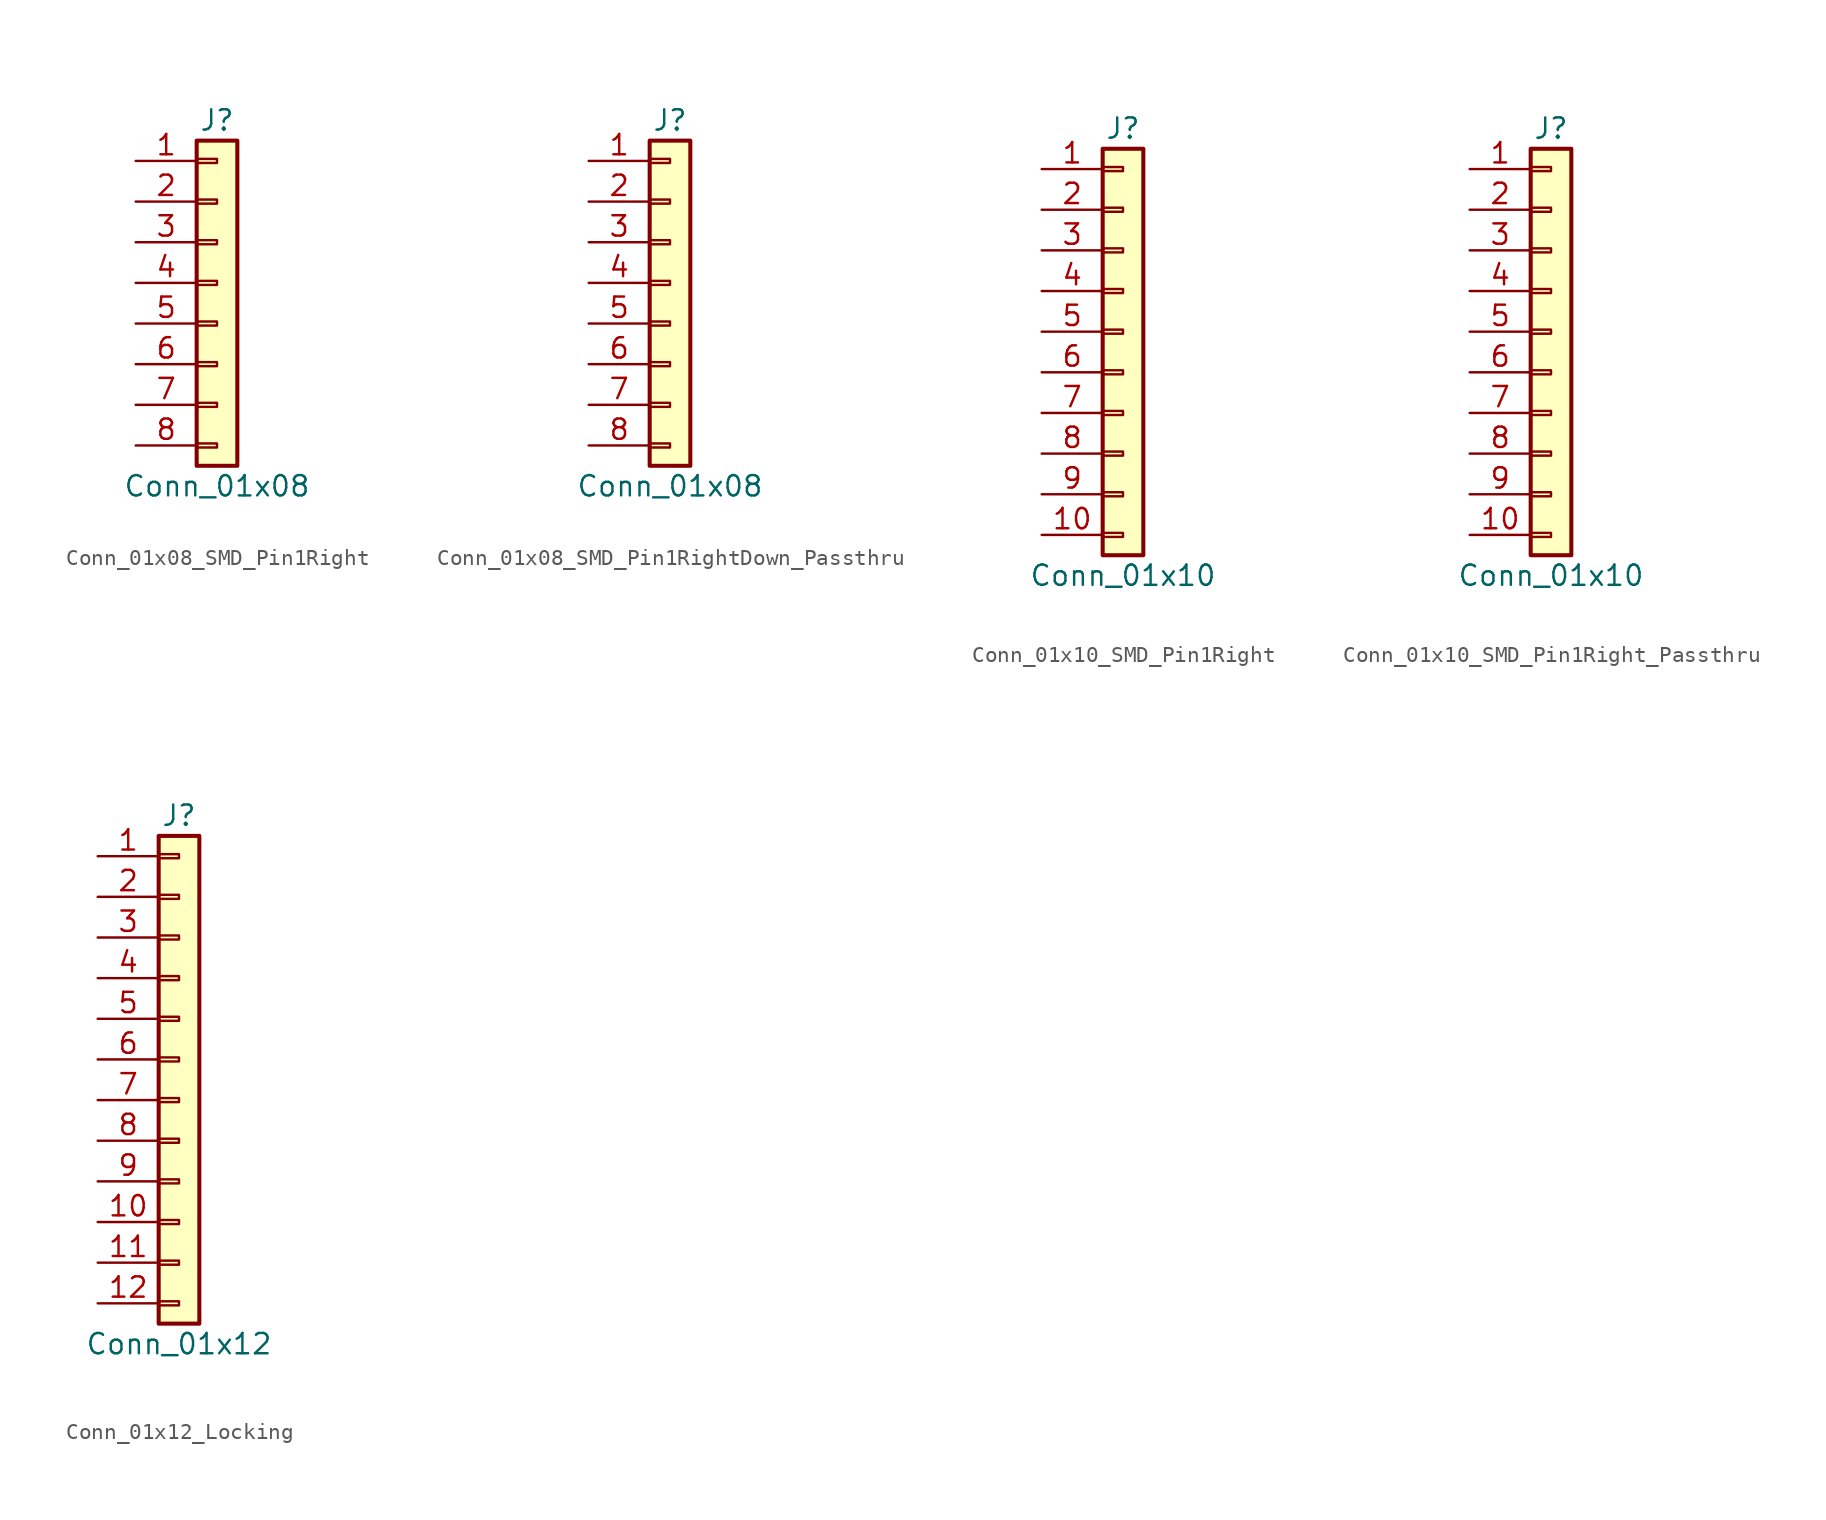
<source format=kicad_sym>
(kicad_symbol_lib
  (version 20231120)
  (generator "kicad_symbol_editor")
  (generator_version "8.0")
  (symbol "Conn_01x08_SMD_Pin1Right"
    (pin_names
      (offset 1.016) hide)
    (property "Reference" "J"
      (at 0 10.16 0)
      (effects (font (size 1.27 1.27))))
    (property "Value" "Conn_01x08"
      (at 0 -12.7 0)
      (effects (font (size 1.27 1.27))))
    (symbol "Conn_01x08_SMD_Pin1Right_1_1"
      (rectangle (start -1.27 -10.033) (end 0 -10.287) (stroke (width 0.152) (type default)) (fill (type none)))
      (rectangle (start -1.27 -7.493) (end 0 -7.747) (stroke (width 0.152) (type default)) (fill (type none)))
      (rectangle (start -1.27 -4.953) (end 0 -5.207) (stroke (width 0.152) (type default)) (fill (type none)))
      (rectangle (start -1.27 -2.413) (end 0 -2.667) (stroke (width 0.152) (type default)) (fill (type none)))
      (rectangle (start -1.27 0.127) (end 0 -0.127) (stroke (width 0.152) (type default)) (fill (type none)))
      (rectangle (start -1.27 2.667) (end 0 2.413) (stroke (width 0.152) (type default)) (fill (type none)))
      (rectangle (start -1.27 5.207) (end 0 4.953) (stroke (width 0.152) (type default)) (fill (type none)))
      (rectangle (start -1.27 7.747) (end 0 7.493) (stroke (width 0.152) (type default)) (fill (type none)))
      (rectangle (start -1.27 8.89) (end 1.27 -11.43) (stroke (width 0.254) (type default)) (fill (type background)))
      (pin passive line (at -5.08 7.62 0) (length 3.81) (name "Pin_1" (effects (font (size 1.27 1.27)))) (number "1" (effects (font (size 1.27 1.27)))))
      (pin passive line (at -5.08 5.08 0) (length 3.81) (name "Pin_2" (effects (font (size 1.27 1.27)))) (number "2" (effects (font (size 1.27 1.27)))))
      (pin passive line (at -5.08 2.54 0) (length 3.81) (name "Pin_3" (effects (font (size 1.27 1.27)))) (number "3" (effects (font (size 1.27 1.27)))))
      (pin passive line (at -5.08 0 0) (length 3.81) (name "Pin_4" (effects (font (size 1.27 1.27)))) (number "4" (effects (font (size 1.27 1.27)))))
      (pin passive line (at -5.08 -2.54 0) (length 3.81) (name "Pin_5" (effects (font (size 1.27 1.27)))) (number "5" (effects (font (size 1.27 1.27)))))
      (pin passive line (at -5.08 -5.08 0) (length 3.81) (name "Pin_6" (effects (font (size 1.27 1.27)))) (number "6" (effects (font (size 1.27 1.27)))))
      (pin passive line (at -5.08 -7.62 0) (length 3.81) (name "Pin_7" (effects (font (size 1.27 1.27)))) (number "7" (effects (font (size 1.27 1.27)))))
      (pin passive line (at -5.08 -10.16 0) (length 3.81) (name "Pin_8" (effects (font (size 1.27 1.27)))) (number "8" (effects (font (size 1.27 1.27)))))))
  (symbol "Conn_01x08_SMD_Pin1RightDown_Passthru"
    (pin_names
      (offset 1.016) hide)
    (property "Reference" "J"
      (at 0 10.16 0)
      (effects (font (size 1.27 1.27))))
    (property "Value" "Conn_01x08"
      (at 0 -12.7 0)
      (effects (font (size 1.27 1.27))))
    (symbol "Conn_01x08_SMD_Pin1RightDown_Passthru_1_1"
      (rectangle (start -1.27 -10.033) (end 0 -10.287) (stroke (width 0.152) (type default)) (fill (type none)))
      (rectangle (start -1.27 -7.493) (end 0 -7.747) (stroke (width 0.152) (type default)) (fill (type none)))
      (rectangle (start -1.27 -4.953) (end 0 -5.207) (stroke (width 0.152) (type default)) (fill (type none)))
      (rectangle (start -1.27 -2.413) (end 0 -2.667) (stroke (width 0.152) (type default)) (fill (type none)))
      (rectangle (start -1.27 0.127) (end 0 -0.127) (stroke (width 0.152) (type default)) (fill (type none)))
      (rectangle (start -1.27 2.667) (end 0 2.413) (stroke (width 0.152) (type default)) (fill (type none)))
      (rectangle (start -1.27 5.207) (end 0 4.953) (stroke (width 0.152) (type default)) (fill (type none)))
      (rectangle (start -1.27 7.747) (end 0 7.493) (stroke (width 0.152) (type default)) (fill (type none)))
      (rectangle (start -1.27 8.89) (end 1.27 -11.43) (stroke (width 0.254) (type default)) (fill (type background)))
      (pin passive line (at -5.08 7.62 0) (length 3.81) (name "Pin_1" (effects (font (size 1.27 1.27)))) (number "1" (effects (font (size 1.27 1.27)))))
      (pin passive line (at -5.08 5.08 0) (length 3.81) (name "Pin_2" (effects (font (size 1.27 1.27)))) (number "2" (effects (font (size 1.27 1.27)))))
      (pin passive line (at -5.08 2.54 0) (length 3.81) (name "Pin_3" (effects (font (size 1.27 1.27)))) (number "3" (effects (font (size 1.27 1.27)))))
      (pin passive line (at -5.08 0 0) (length 3.81) (name "Pin_4" (effects (font (size 1.27 1.27)))) (number "4" (effects (font (size 1.27 1.27)))))
      (pin passive line (at -5.08 -2.54 0) (length 3.81) (name "Pin_5" (effects (font (size 1.27 1.27)))) (number "5" (effects (font (size 1.27 1.27)))))
      (pin passive line (at -5.08 -5.08 0) (length 3.81) (name "Pin_6" (effects (font (size 1.27 1.27)))) (number "6" (effects (font (size 1.27 1.27)))))
      (pin passive line (at -5.08 -7.62 0) (length 3.81) (name "Pin_7" (effects (font (size 1.27 1.27)))) (number "7" (effects (font (size 1.27 1.27)))))
      (pin passive line (at -5.08 -10.16 0) (length 3.81) (name "Pin_8" (effects (font (size 1.27 1.27)))) (number "8" (effects (font (size 1.27 1.27)))))))
  (symbol "Conn_01x10_SMD_Pin1Right"
    (pin_names
      (offset 1.016) hide)
    (property "Reference" "J"
      (at 0 12.7 0)
      (effects (font (size 1.27 1.27))))
    (property "Value" "Conn_01x10"
      (at 0 -15.24 0)
      (effects (font (size 1.27 1.27))))
    (symbol "Conn_01x10_SMD_Pin1Right_1_1"
      (rectangle (start -1.27 -12.573) (end 0 -12.827) (stroke (width 0.152) (type default)) (fill (type none)))
      (rectangle (start -1.27 -10.033) (end 0 -10.287) (stroke (width 0.152) (type default)) (fill (type none)))
      (rectangle (start -1.27 -7.493) (end 0 -7.747) (stroke (width 0.152) (type default)) (fill (type none)))
      (rectangle (start -1.27 -4.953) (end 0 -5.207) (stroke (width 0.152) (type default)) (fill (type none)))
      (rectangle (start -1.27 -2.413) (end 0 -2.667) (stroke (width 0.152) (type default)) (fill (type none)))
      (rectangle (start -1.27 0.127) (end 0 -0.127) (stroke (width 0.152) (type default)) (fill (type none)))
      (rectangle (start -1.27 2.667) (end 0 2.413) (stroke (width 0.152) (type default)) (fill (type none)))
      (rectangle (start -1.27 5.207) (end 0 4.953) (stroke (width 0.152) (type default)) (fill (type none)))
      (rectangle (start -1.27 7.747) (end 0 7.493) (stroke (width 0.152) (type default)) (fill (type none)))
      (rectangle (start -1.27 10.287) (end 0 10.033) (stroke (width 0.152) (type default)) (fill (type none)))
      (rectangle (start -1.27 11.43) (end 1.27 -13.97) (stroke (width 0.254) (type default)) (fill (type background)))
      (pin passive line (at -5.08 10.16 0) (length 3.81) (name "Pin_1" (effects (font (size 1.27 1.27)))) (number "1" (effects (font (size 1.27 1.27)))))
      (pin passive line (at -5.08 -12.7 0) (length 3.81) (name "Pin_10" (effects (font (size 1.27 1.27)))) (number "10" (effects (font (size 1.27 1.27)))))
      (pin passive line (at -5.08 7.62 0) (length 3.81) (name "Pin_2" (effects (font (size 1.27 1.27)))) (number "2" (effects (font (size 1.27 1.27)))))
      (pin passive line (at -5.08 5.08 0) (length 3.81) (name "Pin_3" (effects (font (size 1.27 1.27)))) (number "3" (effects (font (size 1.27 1.27)))))
      (pin passive line (at -5.08 2.54 0) (length 3.81) (name "Pin_4" (effects (font (size 1.27 1.27)))) (number "4" (effects (font (size 1.27 1.27)))))
      (pin passive line (at -5.08 0 0) (length 3.81) (name "Pin_5" (effects (font (size 1.27 1.27)))) (number "5" (effects (font (size 1.27 1.27)))))
      (pin passive line (at -5.08 -2.54 0) (length 3.81) (name "Pin_6" (effects (font (size 1.27 1.27)))) (number "6" (effects (font (size 1.27 1.27)))))
      (pin passive line (at -5.08 -5.08 0) (length 3.81) (name "Pin_7" (effects (font (size 1.27 1.27)))) (number "7" (effects (font (size 1.27 1.27)))))
      (pin passive line (at -5.08 -7.62 0) (length 3.81) (name "Pin_8" (effects (font (size 1.27 1.27)))) (number "8" (effects (font (size 1.27 1.27)))))
      (pin passive line (at -5.08 -10.16 0) (length 3.81) (name "Pin_9" (effects (font (size 1.27 1.27)))) (number "9" (effects (font (size 1.27 1.27)))))))
  (symbol "Conn_01x10_SMD_Pin1Right_Passthru"
    (pin_names
      (offset 1.016) hide)
    (property "Reference" "J"
      (at 0 12.7 0)
      (effects (font (size 1.27 1.27))))
    (property "Value" "Conn_01x10"
      (at 0 -15.24 0)
      (effects (font (size 1.27 1.27))))
    (symbol "Conn_01x10_SMD_Pin1Right_Passthru_1_1"
      (rectangle (start -1.27 -12.573) (end 0 -12.827) (stroke (width 0.152) (type default)) (fill (type none)))
      (rectangle (start -1.27 -10.033) (end 0 -10.287) (stroke (width 0.152) (type default)) (fill (type none)))
      (rectangle (start -1.27 -7.493) (end 0 -7.747) (stroke (width 0.152) (type default)) (fill (type none)))
      (rectangle (start -1.27 -4.953) (end 0 -5.207) (stroke (width 0.152) (type default)) (fill (type none)))
      (rectangle (start -1.27 -2.413) (end 0 -2.667) (stroke (width 0.152) (type default)) (fill (type none)))
      (rectangle (start -1.27 0.127) (end 0 -0.127) (stroke (width 0.152) (type default)) (fill (type none)))
      (rectangle (start -1.27 2.667) (end 0 2.413) (stroke (width 0.152) (type default)) (fill (type none)))
      (rectangle (start -1.27 5.207) (end 0 4.953) (stroke (width 0.152) (type default)) (fill (type none)))
      (rectangle (start -1.27 7.747) (end 0 7.493) (stroke (width 0.152) (type default)) (fill (type none)))
      (rectangle (start -1.27 10.287) (end 0 10.033) (stroke (width 0.152) (type default)) (fill (type none)))
      (rectangle (start -1.27 11.43) (end 1.27 -13.97) (stroke (width 0.254) (type default)) (fill (type background)))
      (pin passive line (at -5.08 10.16 0) (length 3.81) (name "Pin_1" (effects (font (size 1.27 1.27)))) (number "1" (effects (font (size 1.27 1.27)))))
      (pin passive line (at -5.08 -12.7 0) (length 3.81) (name "Pin_10" (effects (font (size 1.27 1.27)))) (number "10" (effects (font (size 1.27 1.27)))))
      (pin passive line (at -5.08 7.62 0) (length 3.81) (name "Pin_2" (effects (font (size 1.27 1.27)))) (number "2" (effects (font (size 1.27 1.27)))))
      (pin passive line (at -5.08 5.08 0) (length 3.81) (name "Pin_3" (effects (font (size 1.27 1.27)))) (number "3" (effects (font (size 1.27 1.27)))))
      (pin passive line (at -5.08 2.54 0) (length 3.81) (name "Pin_4" (effects (font (size 1.27 1.27)))) (number "4" (effects (font (size 1.27 1.27)))))
      (pin passive line (at -5.08 0 0) (length 3.81) (name "Pin_5" (effects (font (size 1.27 1.27)))) (number "5" (effects (font (size 1.27 1.27)))))
      (pin passive line (at -5.08 -2.54 0) (length 3.81) (name "Pin_6" (effects (font (size 1.27 1.27)))) (number "6" (effects (font (size 1.27 1.27)))))
      (pin passive line (at -5.08 -5.08 0) (length 3.81) (name "Pin_7" (effects (font (size 1.27 1.27)))) (number "7" (effects (font (size 1.27 1.27)))))
      (pin passive line (at -5.08 -7.62 0) (length 3.81) (name "Pin_8" (effects (font (size 1.27 1.27)))) (number "8" (effects (font (size 1.27 1.27)))))
      (pin passive line (at -5.08 -10.16 0) (length 3.81) (name "Pin_9" (effects (font (size 1.27 1.27)))) (number "9" (effects (font (size 1.27 1.27)))))))
  (symbol "Conn_01x12_Locking"
    (pin_names
      (offset 1.016) hide)
    (property "Reference" "J"
      (at 0 15.24 0)
      (effects (font (size 1.27 1.27))))
    (property "Value" "Conn_01x12"
      (at 0 -17.78 0)
      (effects (font (size 1.27 1.27))))
    (symbol "Conn_01x12_Locking_1_1"
      (rectangle (start -1.27 -15.113) (end 0 -15.367) (stroke (width 0.152) (type default)) (fill (type none)))
      (rectangle (start -1.27 -12.573) (end 0 -12.827) (stroke (width 0.152) (type default)) (fill (type none)))
      (rectangle (start -1.27 -10.033) (end 0 -10.287) (stroke (width 0.152) (type default)) (fill (type none)))
      (rectangle (start -1.27 -7.493) (end 0 -7.747) (stroke (width 0.152) (type default)) (fill (type none)))
      (rectangle (start -1.27 -4.953) (end 0 -5.207) (stroke (width 0.152) (type default)) (fill (type none)))
      (rectangle (start -1.27 -2.413) (end 0 -2.667) (stroke (width 0.152) (type default)) (fill (type none)))
      (rectangle (start -1.27 0.127) (end 0 -0.127) (stroke (width 0.152) (type default)) (fill (type none)))
      (rectangle (start -1.27 2.667) (end 0 2.413) (stroke (width 0.152) (type default)) (fill (type none)))
      (rectangle (start -1.27 5.207) (end 0 4.953) (stroke (width 0.152) (type default)) (fill (type none)))
      (rectangle (start -1.27 7.747) (end 0 7.493) (stroke (width 0.152) (type default)) (fill (type none)))
      (rectangle (start -1.27 10.287) (end 0 10.033) (stroke (width 0.152) (type default)) (fill (type none)))
      (rectangle (start -1.27 12.827) (end 0 12.573) (stroke (width 0.152) (type default)) (fill (type none)))
      (rectangle (start -1.27 13.97) (end 1.27 -16.51) (stroke (width 0.254) (type default)) (fill (type background)))
      (pin passive line (at -5.08 12.7 0) (length 3.81) (name "Pin_1" (effects (font (size 1.27 1.27)))) (number "1" (effects (font (size 1.27 1.27)))))
      (pin passive line (at -5.08 -10.16 0) (length 3.81) (name "Pin_10" (effects (font (size 1.27 1.27)))) (number "10" (effects (font (size 1.27 1.27)))))
      (pin passive line (at -5.08 -12.7 0) (length 3.81) (name "Pin_11" (effects (font (size 1.27 1.27)))) (number "11" (effects (font (size 1.27 1.27)))))
      (pin passive line (at -5.08 -15.24 0) (length 3.81) (name "Pin_12" (effects (font (size 1.27 1.27)))) (number "12" (effects (font (size 1.27 1.27)))))
      (pin passive line (at -5.08 10.16 0) (length 3.81) (name "Pin_2" (effects (font (size 1.27 1.27)))) (number "2" (effects (font (size 1.27 1.27)))))
      (pin passive line (at -5.08 7.62 0) (length 3.81) (name "Pin_3" (effects (font (size 1.27 1.27)))) (number "3" (effects (font (size 1.27 1.27)))))
      (pin passive line (at -5.08 5.08 0) (length 3.81) (name "Pin_4" (effects (font (size 1.27 1.27)))) (number "4" (effects (font (size 1.27 1.27)))))
      (pin passive line (at -5.08 2.54 0) (length 3.81) (name "Pin_5" (effects (font (size 1.27 1.27)))) (number "5" (effects (font (size 1.27 1.27)))))
      (pin passive line (at -5.08 0 0) (length 3.81) (name "Pin_6" (effects (font (size 1.27 1.27)))) (number "6" (effects (font (size 1.27 1.27)))))
      (pin passive line (at -5.08 -2.54 0) (length 3.81) (name "Pin_7" (effects (font (size 1.27 1.27)))) (number "7" (effects (font (size 1.27 1.27)))))
      (pin passive line (at -5.08 -5.08 0) (length 3.81) (name "Pin_8" (effects (font (size 1.27 1.27)))) (number "8" (effects (font (size 1.27 1.27)))))
      (pin passive line (at -5.08 -7.62 0) (length 3.81) (name "Pin_9" (effects (font (size 1.27 1.27)))) (number "9" (effects (font (size 1.27 1.27))))))))
</source>
